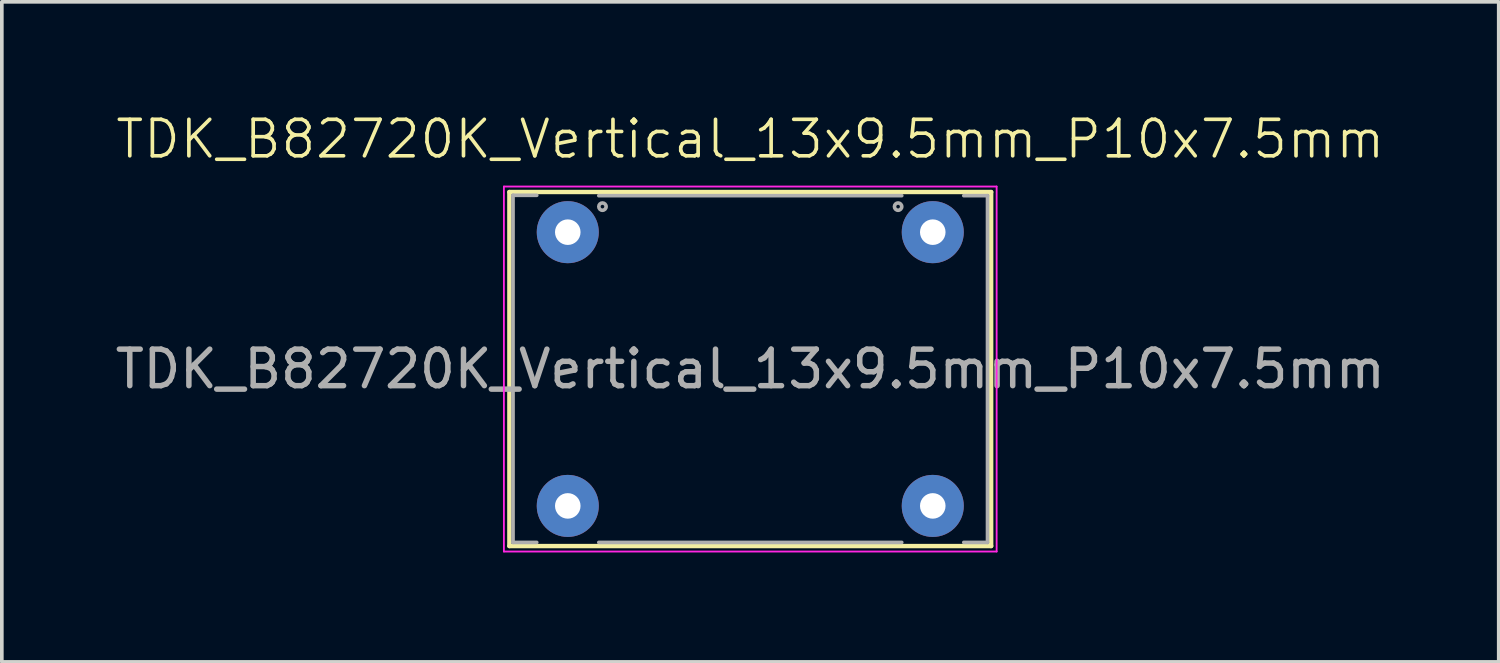
<source format=kicad_pcb>
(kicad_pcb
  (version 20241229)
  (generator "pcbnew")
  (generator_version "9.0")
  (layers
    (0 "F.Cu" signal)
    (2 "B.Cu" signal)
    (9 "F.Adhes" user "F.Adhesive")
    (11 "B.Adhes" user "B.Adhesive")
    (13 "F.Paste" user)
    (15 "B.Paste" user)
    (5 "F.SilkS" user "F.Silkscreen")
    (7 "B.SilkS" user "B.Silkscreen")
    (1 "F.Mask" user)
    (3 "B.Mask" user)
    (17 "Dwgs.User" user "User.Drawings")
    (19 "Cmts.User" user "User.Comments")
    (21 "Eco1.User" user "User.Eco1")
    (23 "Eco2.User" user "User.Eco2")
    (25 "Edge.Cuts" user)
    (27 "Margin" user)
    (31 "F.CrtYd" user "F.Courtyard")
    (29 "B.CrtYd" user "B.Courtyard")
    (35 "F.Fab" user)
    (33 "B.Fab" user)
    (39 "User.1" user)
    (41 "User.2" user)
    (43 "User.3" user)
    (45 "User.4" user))
  (footprint "TDK_B82720K_Vertical_13x9.5mm_P10x7.5mm"
    (layer "F.Cu")
    (at 17.506 7.061)
    (property "Reference" "TDK_B82720K_Vertical_13x9.5mm_P10x7.5mm" (at 0 -6.3 0) (unlocked yes) (layer "F.SilkS") (effects (font (size 1 1) (thickness 0.1))))
    (attr through_hole)
    (fp_line (start -6.6 -4.85) (end 6.6 -4.85) (stroke (width 0.12) (type solid)) (layer "F.SilkS"))
    (fp_line (start -6.6 4.85) (end -6.6 -4.85) (stroke (width 0.12) (type solid)) (layer "F.SilkS"))
    (fp_line (start 6.6 -4.85) (end 6.6 4.85) (stroke (width 0.12) (type solid)) (layer "F.SilkS"))
    (fp_line (start 6.6 4.85) (end -6.6 4.85) (stroke (width 0.12) (type solid)) (layer "F.SilkS"))
    (fp_line (start -6.75 -5) (end 6.75 -5) (stroke (width 0.05) (type solid)) (layer "F.CrtYd"))
    (fp_line (start -6.75 5) (end -6.75 -5) (stroke (width 0.05) (type solid)) (layer "F.CrtYd"))
    (fp_line (start 6.75 -5) (end 6.75 5) (stroke (width 0.05) (type solid)) (layer "F.CrtYd"))
    (fp_line (start 6.75 5) (end -6.75 5) (stroke (width 0.05) (type solid)) (layer "F.CrtYd"))
    (fp_line (start -6.5 4.75) (end -6.5 -4.76) (stroke (width 0.1) (type solid)) (layer "F.Fab"))
    (fp_line (start -5.85 -4.76) (end -6.5 -4.76) (stroke (width 0.1) (type solid)) (layer "F.Fab"))
    (fp_line (start -5.85 4.75) (end -6.5 4.75) (stroke (width 0.1) (type solid)) (layer "F.Fab"))
    (fp_line (start -4.15 -4.75) (end 4.15 -4.75) (stroke (width 0.1) (type solid)) (layer "F.Fab"))
    (fp_line (start 4.15 4.75) (end -4.15 4.75) (stroke (width 0.1) (type solid)) (layer "F.Fab"))
    (fp_line (start 6.5 -4.75) (end 5.85 -4.75) (stroke (width 0.1) (type solid)) (layer "F.Fab"))
    (fp_line (start 6.5 -4.75) (end 6.5 4.75) (stroke (width 0.1) (type solid)) (layer "F.Fab"))
    (fp_line (start 6.5 4.75) (end 5.85 4.75) (stroke (width 0.1) (type solid)) (layer "F.Fab"))
    (fp_circle (center -4.05 -4.45) (end -3.95 -4.45) (stroke (width 0.1) (type solid)) (fill no) (layer "F.Fab"))
    (fp_circle (center 4.05 -4.45) (end 4.15 -4.45) (stroke (width 0.1) (type solid)) (fill no) (layer "F.Fab"))
    (fp_text user "${REFERENCE}" (at 0 0 0) (layer "F.Fab") (effects (font (size 1 1) (thickness 0.15))))
    (pad "1" thru_hole circle (at -5 -3.75) (size 1.7 1.7) (drill 0.7) (layers "*.Cu" "*.Mask"))
    (pad "2" thru_hole circle (at 5 -3.75) (size 1.7 1.7) (drill 0.7) (layers "*.Cu" "*.Mask"))
    (pad "3" thru_hole circle (at 5 3.75) (size 1.7 1.7) (drill 0.7) (layers "*.Cu" "*.Mask"))
    (pad "4" thru_hole circle (at -5 3.75) (size 1.7 1.7) (drill 0.7) (layers "*.Cu" "*.Mask")))
  (gr_rect
    (start -3 -3)
    (end 38.012 15.085)
    (stroke (width 0.1) (type default))
    (fill no)
    (layer "Edge.Cuts")))
</source>
